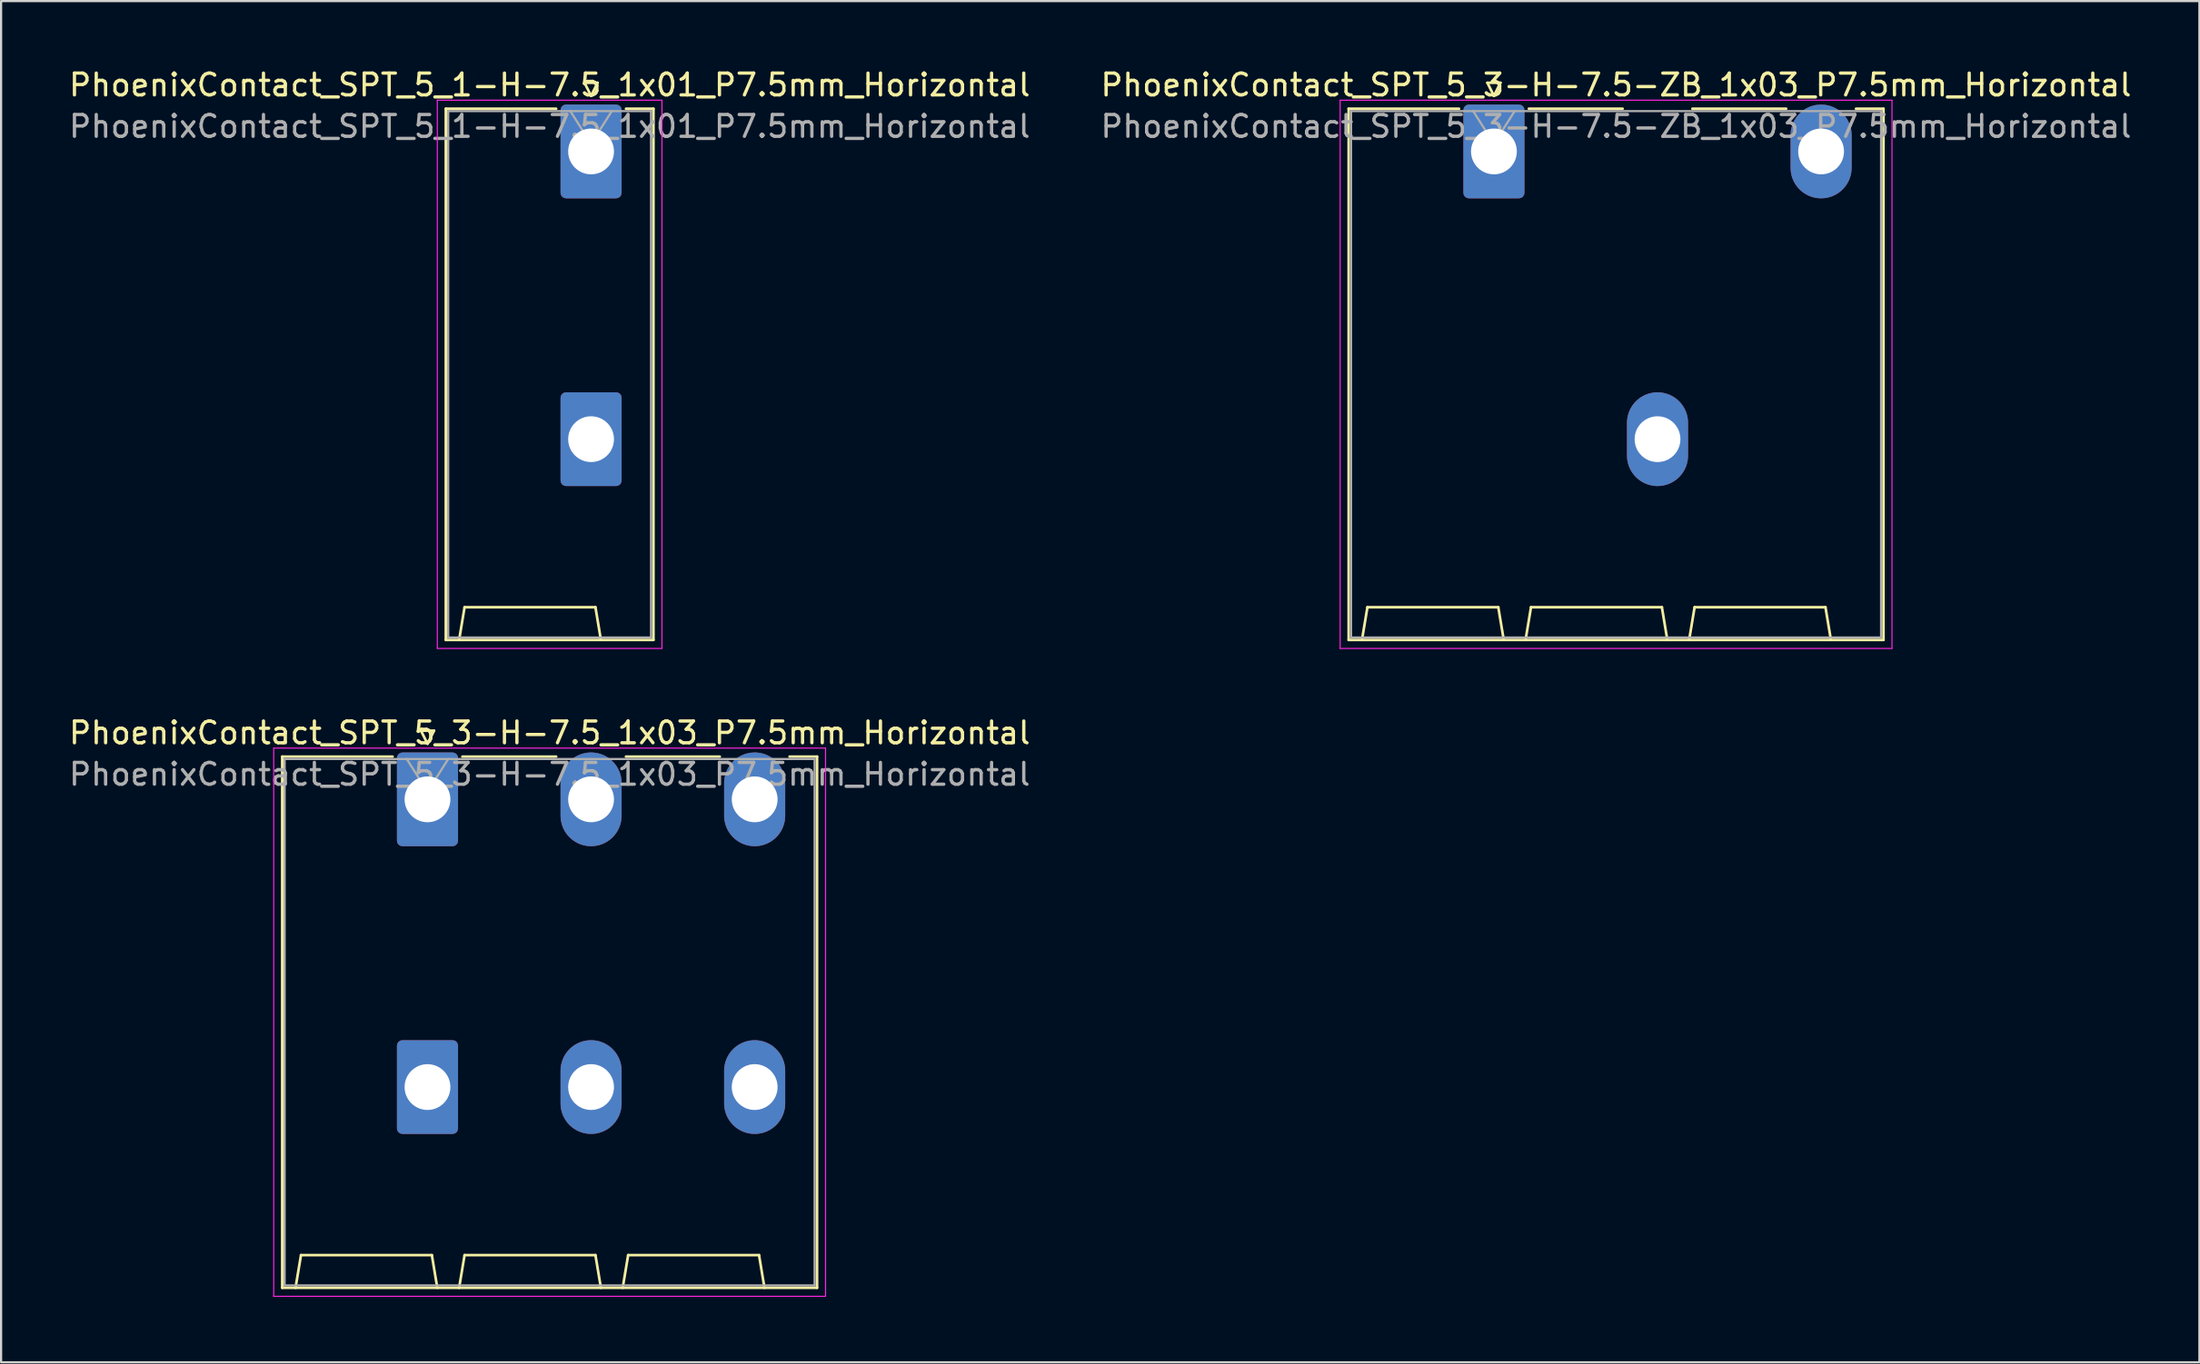
<source format=kicad_pcb>
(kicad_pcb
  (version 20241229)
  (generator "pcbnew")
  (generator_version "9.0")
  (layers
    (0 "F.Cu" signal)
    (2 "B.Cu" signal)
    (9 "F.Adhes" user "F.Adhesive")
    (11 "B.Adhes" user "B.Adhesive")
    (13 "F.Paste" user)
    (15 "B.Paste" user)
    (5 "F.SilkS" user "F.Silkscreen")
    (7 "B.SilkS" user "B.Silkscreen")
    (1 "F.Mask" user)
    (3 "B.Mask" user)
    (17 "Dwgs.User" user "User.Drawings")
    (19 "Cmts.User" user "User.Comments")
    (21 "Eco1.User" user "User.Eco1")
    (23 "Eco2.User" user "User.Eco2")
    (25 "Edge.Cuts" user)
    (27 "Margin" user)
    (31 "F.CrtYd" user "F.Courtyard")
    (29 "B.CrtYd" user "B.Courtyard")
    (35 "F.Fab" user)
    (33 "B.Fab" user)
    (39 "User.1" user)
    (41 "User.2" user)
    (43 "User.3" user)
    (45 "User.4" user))
  (footprint "PhoenixContact_SPT_5_3-H-7.5_1x03_P7.5mm_Horizontal"
    (layer "F.Cu")
    (at 16.549 33.621)
    (property "Reference" "PhoenixContact_SPT_5_3-H-7.5_1x03_P7.5mm_Horizontal" (at 5.6 -3.05 0) (layer "F.SilkS") (effects (font (size 1 1) (thickness 0.15))))
    (attr through_hole)
    (fp_line (start -6.66 -1.96) (end -1.6 -1.96) (stroke (width 0.12) (type solid)) (layer "F.SilkS"))
    (fp_line (start -6.66 22.41) (end -6.66 -1.96) (stroke (width 0.12) (type solid)) (layer "F.SilkS"))
    (fp_line (start -6.05 22.41) (end -5.8 20.91) (stroke (width 0.12) (type solid)) (layer "F.SilkS"))
    (fp_line (start -5.8 20.91) (end 0.2 20.91) (stroke (width 0.12) (type solid)) (layer "F.SilkS"))
    (fp_line (start -0.3 -3.15) (end 0 -2.55) (stroke (width 0.12) (type solid)) (layer "F.SilkS"))
    (fp_line (start -0.3 -3.15) (end 0.3 -3.15) (stroke (width 0.12) (type solid)) (layer "F.SilkS"))
    (fp_line (start 0.3 -3.15) (end 0 -2.55) (stroke (width 0.12) (type solid)) (layer "F.SilkS"))
    (fp_line (start 0.45 22.41) (end 0.2 20.91) (stroke (width 0.12) (type solid)) (layer "F.SilkS"))
    (fp_line (start 1.45 22.41) (end 1.7 20.91) (stroke (width 0.12) (type solid)) (layer "F.SilkS"))
    (fp_line (start 1.6 -1.96) (end 5.9 -1.96) (stroke (width 0.12) (type solid)) (layer "F.SilkS"))
    (fp_line (start 1.7 20.91) (end 7.7 20.91) (stroke (width 0.12) (type solid)) (layer "F.SilkS"))
    (fp_line (start 7.95 22.41) (end 7.7 20.91) (stroke (width 0.12) (type solid)) (layer "F.SilkS"))
    (fp_line (start 8.95 22.41) (end 9.2 20.91) (stroke (width 0.12) (type solid)) (layer "F.SilkS"))
    (fp_line (start 9.1 -1.96) (end 13.4 -1.96) (stroke (width 0.12) (type solid)) (layer "F.SilkS"))
    (fp_line (start 9.2 20.91) (end 15.2 20.91) (stroke (width 0.12) (type solid)) (layer "F.SilkS"))
    (fp_line (start 15.45 22.41) (end 15.2 20.91) (stroke (width 0.12) (type solid)) (layer "F.SilkS"))
    (fp_line (start 16.6 -1.96) (end 17.86 -1.96) (stroke (width 0.12) (type solid)) (layer "F.SilkS"))
    (fp_line (start 17.86 -1.96) (end 17.86 22.41) (stroke (width 0.12) (type solid)) (layer "F.SilkS"))
    (fp_line (start 17.86 22.41) (end -6.66 22.41) (stroke (width 0.12) (type solid)) (layer "F.SilkS"))
    (fp_line (start -7.05 -2.35) (end -7.05 22.8) (stroke (width 0.05) (type solid)) (layer "F.CrtYd"))
    (fp_line (start -7.05 22.8) (end 18.25 22.8) (stroke (width 0.05) (type solid)) (layer "F.CrtYd"))
    (fp_line (start 18.25 -2.35) (end -7.05 -2.35) (stroke (width 0.05) (type solid)) (layer "F.CrtYd"))
    (fp_line (start 18.25 22.8) (end 18.25 -2.35) (stroke (width 0.05) (type solid)) (layer "F.CrtYd"))
    (fp_line (start -6.55 -1.85) (end -6.55 22.3) (stroke (width 0.1) (type solid)) (layer "F.Fab"))
    (fp_line (start -6.55 22.3) (end 17.75 22.3) (stroke (width 0.1) (type solid)) (layer "F.Fab"))
    (fp_line (start -0.95 -1.85) (end 0 -0.35) (stroke (width 0.1) (type solid)) (layer "F.Fab"))
    (fp_line (start 0.95 -1.85) (end 0 -0.35) (stroke (width 0.1) (type solid)) (layer "F.Fab"))
    (fp_line (start 17.75 -1.85) (end -6.55 -1.85) (stroke (width 0.1) (type solid)) (layer "F.Fab"))
    (fp_line (start 17.75 22.3) (end 17.75 -1.85) (stroke (width 0.1) (type solid)) (layer "F.Fab"))
    (fp_text user "${REFERENCE}" (at 5.6 -1.15 0) (layer "F.Fab") (effects (font (size 1 1) (thickness 0.15))))
    (pad "1" thru_hole roundrect (at 0 0) (size 2.8 4.3) (drill 2.1) (layers "*.Cu" "*.Mask") (roundrect_rratio 0.089))
    (pad "1" thru_hole roundrect (at 0 13.2) (size 2.8 4.3) (drill 2.1) (layers "*.Cu" "*.Mask") (roundrect_rratio 0.089))
    (pad "2" thru_hole oval (at 7.5 0) (size 2.8 4.3) (drill 2.1) (layers "*.Cu" "*.Mask"))
    (pad "2" thru_hole oval (at 7.5 13.2) (size 2.8 4.3) (drill 2.1) (layers "*.Cu" "*.Mask"))
    (pad "3" thru_hole oval (at 15 0) (size 2.8 4.3) (drill 2.1) (layers "*.Cu" "*.Mask"))
    (pad "3" thru_hole oval (at 15 13.2) (size 2.8 4.3) (drill 2.1) (layers "*.Cu" "*.Mask")))
  (footprint "PhoenixContact_SPT_5_1-H-7.5_1x01_P7.5mm_Horizontal"
    (layer "F.Cu")
    (at 24.049 3.898)
    (property "Reference" "PhoenixContact_SPT_5_1-H-7.5_1x01_P7.5mm_Horizontal" (at -1.9 -3.05 0) (layer "F.SilkS") (effects (font (size 1 1) (thickness 0.15))))
    (attr through_hole)
    (fp_line (start -6.66 -1.96) (end -1.6 -1.96) (stroke (width 0.12) (type solid)) (layer "F.SilkS"))
    (fp_line (start -6.66 22.41) (end -6.66 -1.96) (stroke (width 0.12) (type solid)) (layer "F.SilkS"))
    (fp_line (start -6.05 22.41) (end -5.8 20.91) (stroke (width 0.12) (type solid)) (layer "F.SilkS"))
    (fp_line (start -5.8 20.91) (end 0.2 20.91) (stroke (width 0.12) (type solid)) (layer "F.SilkS"))
    (fp_line (start -0.3 -3.15) (end 0 -2.55) (stroke (width 0.12) (type solid)) (layer "F.SilkS"))
    (fp_line (start -0.3 -3.15) (end 0.3 -3.15) (stroke (width 0.12) (type solid)) (layer "F.SilkS"))
    (fp_line (start 0.3 -3.15) (end 0 -2.55) (stroke (width 0.12) (type solid)) (layer "F.SilkS"))
    (fp_line (start 0.45 22.41) (end 0.2 20.91) (stroke (width 0.12) (type solid)) (layer "F.SilkS"))
    (fp_line (start 1.6 -1.96) (end 2.86 -1.96) (stroke (width 0.12) (type solid)) (layer "F.SilkS"))
    (fp_line (start 2.86 -1.96) (end 2.86 22.41) (stroke (width 0.12) (type solid)) (layer "F.SilkS"))
    (fp_line (start 2.86 22.41) (end -6.66 22.41) (stroke (width 0.12) (type solid)) (layer "F.SilkS"))
    (fp_line (start -7.05 -2.35) (end -7.05 22.8) (stroke (width 0.05) (type solid)) (layer "F.CrtYd"))
    (fp_line (start -7.05 22.8) (end 3.25 22.8) (stroke (width 0.05) (type solid)) (layer "F.CrtYd"))
    (fp_line (start 3.25 -2.35) (end -7.05 -2.35) (stroke (width 0.05) (type solid)) (layer "F.CrtYd"))
    (fp_line (start 3.25 22.8) (end 3.25 -2.35) (stroke (width 0.05) (type solid)) (layer "F.CrtYd"))
    (fp_line (start -6.55 -1.85) (end -6.55 22.3) (stroke (width 0.1) (type solid)) (layer "F.Fab"))
    (fp_line (start -6.55 22.3) (end 2.75 22.3) (stroke (width 0.1) (type solid)) (layer "F.Fab"))
    (fp_line (start -0.95 -1.85) (end 0 -0.35) (stroke (width 0.1) (type solid)) (layer "F.Fab"))
    (fp_line (start 0.95 -1.85) (end 0 -0.35) (stroke (width 0.1) (type solid)) (layer "F.Fab"))
    (fp_line (start 2.75 -1.85) (end -6.55 -1.85) (stroke (width 0.1) (type solid)) (layer "F.Fab"))
    (fp_line (start 2.75 22.3) (end 2.75 -1.85) (stroke (width 0.1) (type solid)) (layer "F.Fab"))
    (fp_text user "${REFERENCE}" (at -1.9 -1.15 0) (layer "F.Fab") (effects (font (size 1 1) (thickness 0.15))))
    (pad "1" thru_hole roundrect (at 0 0) (size 2.8 4.3) (drill 2.1) (layers "*.Cu" "*.Mask") (roundrect_rratio 0.089))
    (pad "1" thru_hole roundrect (at 0 13.2) (size 2.8 4.3) (drill 2.1) (layers "*.Cu" "*.Mask") (roundrect_rratio 0.089)))
  (footprint "PhoenixContact_SPT_5_3-H-7.5-ZB_1x03_P7.5mm_Horizontal"
    (layer "F.Cu")
    (at 65.442 3.898)
    (property "Reference" "PhoenixContact_SPT_5_3-H-7.5-ZB_1x03_P7.5mm_Horizontal" (at 5.6 -3.05 0) (layer "F.SilkS") (effects (font (size 1 1) (thickness 0.15))))
    (attr through_hole)
    (fp_line (start -6.66 -1.96) (end -1.6 -1.96) (stroke (width 0.12) (type solid)) (layer "F.SilkS"))
    (fp_line (start -6.66 22.41) (end -6.66 -1.96) (stroke (width 0.12) (type solid)) (layer "F.SilkS"))
    (fp_line (start -6.05 22.41) (end -5.8 20.91) (stroke (width 0.12) (type solid)) (layer "F.SilkS"))
    (fp_line (start -5.8 20.91) (end 0.2 20.91) (stroke (width 0.12) (type solid)) (layer "F.SilkS"))
    (fp_line (start -0.3 -3.15) (end 0 -2.55) (stroke (width 0.12) (type solid)) (layer "F.SilkS"))
    (fp_line (start -0.3 -3.15) (end 0.3 -3.15) (stroke (width 0.12) (type solid)) (layer "F.SilkS"))
    (fp_line (start 0.3 -3.15) (end 0 -2.55) (stroke (width 0.12) (type solid)) (layer "F.SilkS"))
    (fp_line (start 0.45 22.41) (end 0.2 20.91) (stroke (width 0.12) (type solid)) (layer "F.SilkS"))
    (fp_line (start 1.45 22.41) (end 1.7 20.91) (stroke (width 0.12) (type solid)) (layer "F.SilkS"))
    (fp_line (start 1.6 -1.96) (end 5.9 -1.96) (stroke (width 0.12) (type solid)) (layer "F.SilkS"))
    (fp_line (start 1.7 20.91) (end 7.7 20.91) (stroke (width 0.12) (type solid)) (layer "F.SilkS"))
    (fp_line (start 7.95 22.41) (end 7.7 20.91) (stroke (width 0.12) (type solid)) (layer "F.SilkS"))
    (fp_line (start 8.95 22.41) (end 9.2 20.91) (stroke (width 0.12) (type solid)) (layer "F.SilkS"))
    (fp_line (start 9.1 -1.96) (end 13.4 -1.96) (stroke (width 0.12) (type solid)) (layer "F.SilkS"))
    (fp_line (start 9.2 20.91) (end 15.2 20.91) (stroke (width 0.12) (type solid)) (layer "F.SilkS"))
    (fp_line (start 15.45 22.41) (end 15.2 20.91) (stroke (width 0.12) (type solid)) (layer "F.SilkS"))
    (fp_line (start 16.6 -1.96) (end 17.86 -1.96) (stroke (width 0.12) (type solid)) (layer "F.SilkS"))
    (fp_line (start 17.86 -1.96) (end 17.86 22.41) (stroke (width 0.12) (type solid)) (layer "F.SilkS"))
    (fp_line (start 17.86 22.41) (end -6.66 22.41) (stroke (width 0.12) (type solid)) (layer "F.SilkS"))
    (fp_line (start -7.05 -2.35) (end -7.05 22.8) (stroke (width 0.05) (type solid)) (layer "F.CrtYd"))
    (fp_line (start -7.05 22.8) (end 18.25 22.8) (stroke (width 0.05) (type solid)) (layer "F.CrtYd"))
    (fp_line (start 18.25 -2.35) (end -7.05 -2.35) (stroke (width 0.05) (type solid)) (layer "F.CrtYd"))
    (fp_line (start 18.25 22.8) (end 18.25 -2.35) (stroke (width 0.05) (type solid)) (layer "F.CrtYd"))
    (fp_line (start -6.55 -1.85) (end -6.55 22.3) (stroke (width 0.1) (type solid)) (layer "F.Fab"))
    (fp_line (start -6.55 22.3) (end 17.75 22.3) (stroke (width 0.1) (type solid)) (layer "F.Fab"))
    (fp_line (start -0.95 -1.85) (end 0 -0.35) (stroke (width 0.1) (type solid)) (layer "F.Fab"))
    (fp_line (start 0.95 -1.85) (end 0 -0.35) (stroke (width 0.1) (type solid)) (layer "F.Fab"))
    (fp_line (start 17.75 -1.85) (end -6.55 -1.85) (stroke (width 0.1) (type solid)) (layer "F.Fab"))
    (fp_line (start 17.75 22.3) (end 17.75 -1.85) (stroke (width 0.1) (type solid)) (layer "F.Fab"))
    (fp_text user "${REFERENCE}" (at 5.6 -1.15 0) (layer "F.Fab") (effects (font (size 1 1) (thickness 0.15))))
    (pad "1" thru_hole roundrect (at 0 0) (size 2.8 4.3) (drill 2.1) (layers "*.Cu" "*.Mask") (roundrect_rratio 0.089))
    (pad "2" thru_hole oval (at 7.5 13.2) (size 2.8 4.3) (drill 2.1) (layers "*.Cu" "*.Mask"))
    (pad "3" thru_hole oval (at 15 0) (size 2.8 4.3) (drill 2.1) (layers "*.Cu" "*.Mask")))
  (gr_rect
    (start -3 -3)
    (end 97.786 59.447)
    (stroke (width 0.1) (type default))
    (fill no)
    (layer "Edge.Cuts")))
</source>
